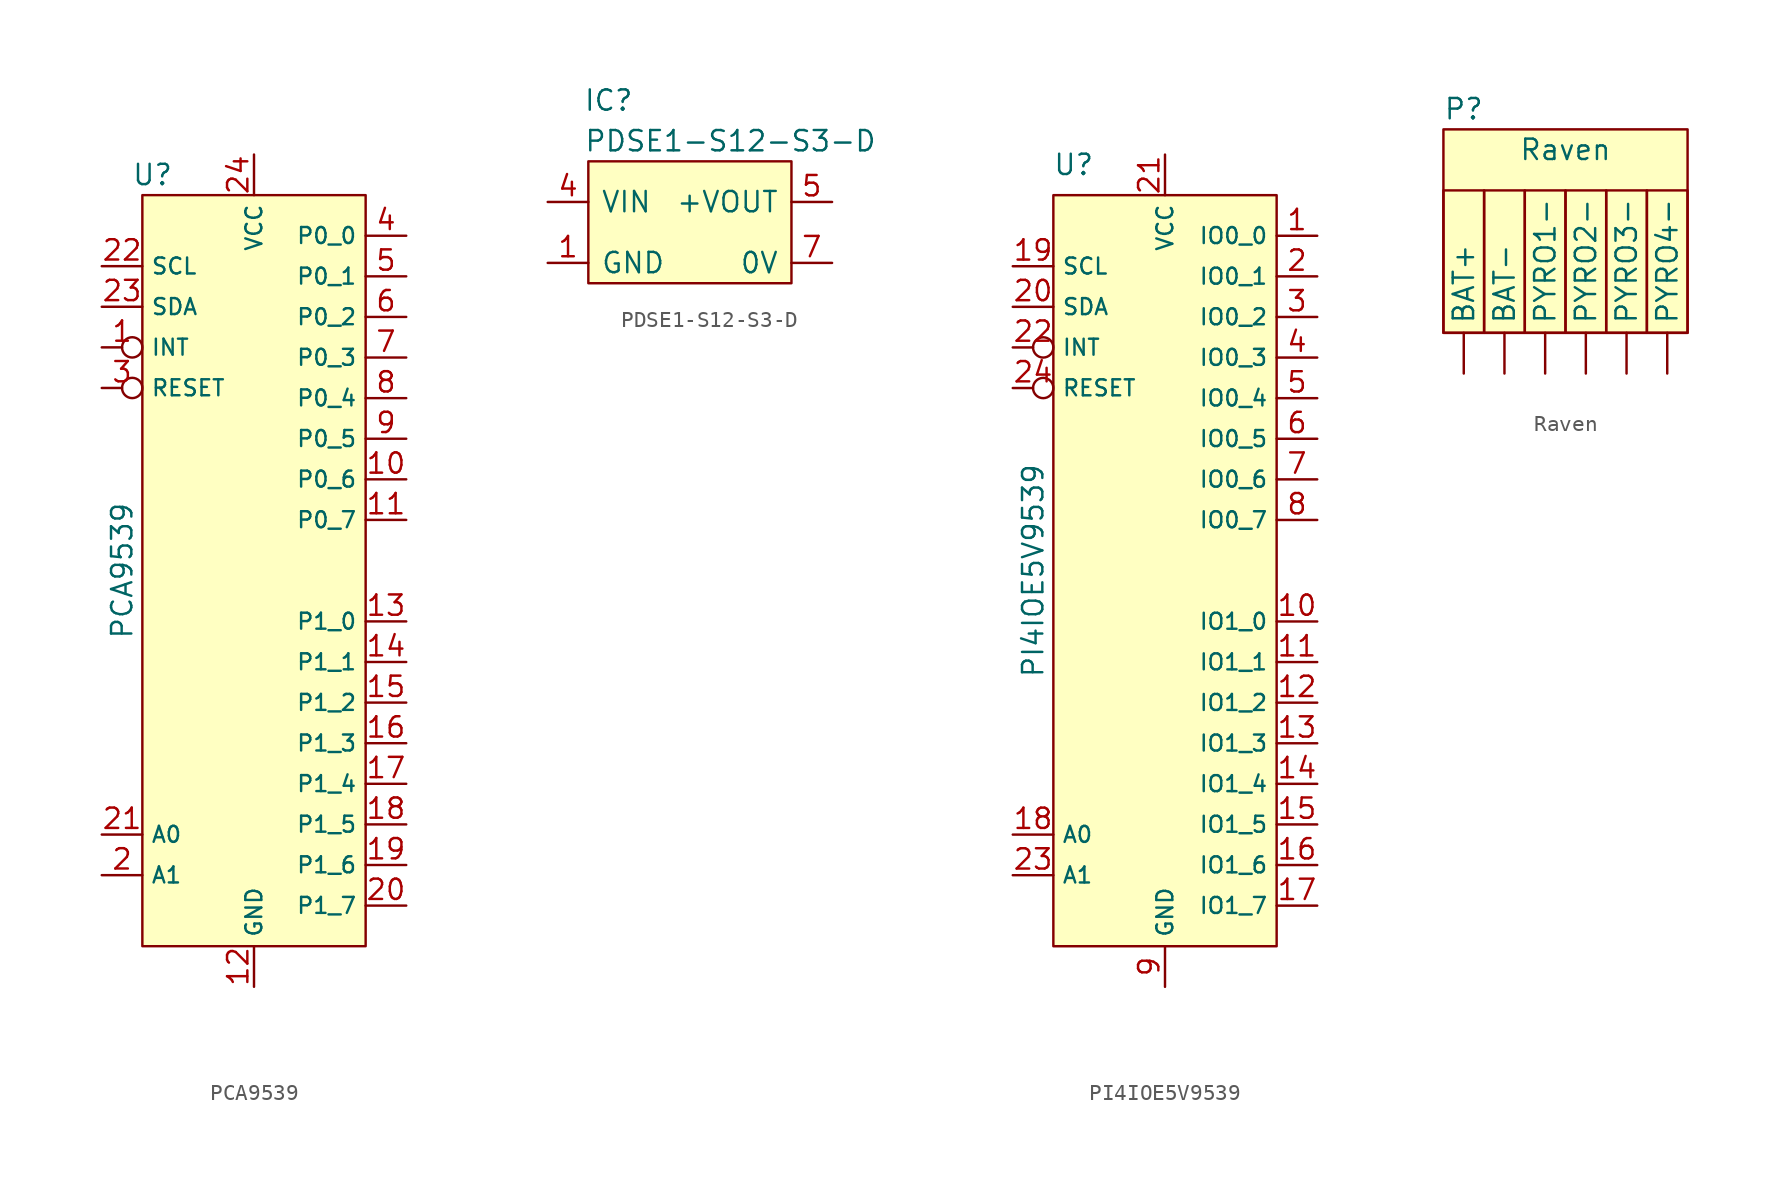
<source format=kicad_sym>
(kicad_symbol_lib
  (version 20220914)
  (generator kicad_symbol_editor)
  (symbol "PCA9539"
    (property "Reference" "U"
      (at -6.35 24.765 0)
      (effects (font (size 1.27 1.27))))
    (property "Value" "PCA9539"
      (at -8.255 0 90)
      (effects (font (size 1.27 1.27))))
    (symbol "PCA9539_0_1"
      (rectangle (start -6.985 23.495) (end 6.985 -23.495) (stroke (width 0) (type default)) (fill (type background))))
    (symbol "PCA9539_1_1"
      (pin input inverted (at -9.525 13.97 0) (length 2.54) (name "INT" (effects (font (size 1 1)))) (number "1" (effects (font (size 1.27 1.27)))))
      (pin bidirectional line (at 9.525 5.715 180) (length 2.54) (name "P0_6" (effects (font (size 1 1)))) (number "10" (effects (font (size 1.27 1.27)))))
      (pin bidirectional line (at 9.525 3.175 180) (length 2.54) (name "P0_7" (effects (font (size 1 1)))) (number "11" (effects (font (size 1.27 1.27)))))
      (pin power_in line (at 0 -26.035 90) (length 2.54) (name "GND" (effects (font (size 1 1)))) (number "12" (effects (font (size 1.27 1.27)))))
      (pin bidirectional line (at 9.525 -3.175 180) (length 2.54) (name "P1_0" (effects (font (size 1 1)))) (number "13" (effects (font (size 1.27 1.27)))))
      (pin bidirectional line (at 9.525 -5.715 180) (length 2.54) (name "P1_1" (effects (font (size 1 1)))) (number "14" (effects (font (size 1.27 1.27)))))
      (pin bidirectional line (at 9.525 -8.255 180) (length 2.54) (name "P1_2" (effects (font (size 1 1)))) (number "15" (effects (font (size 1.27 1.27)))))
      (pin bidirectional line (at 9.525 -10.795 180) (length 2.54) (name "P1_3" (effects (font (size 1 1)))) (number "16" (effects (font (size 1.27 1.27)))))
      (pin bidirectional line (at 9.525 -13.335 180) (length 2.54) (name "P1_4" (effects (font (size 1 1)))) (number "17" (effects (font (size 1.27 1.27)))))
      (pin bidirectional line (at 9.525 -15.875 180) (length 2.54) (name "P1_5" (effects (font (size 1 1)))) (number "18" (effects (font (size 1.27 1.27)))))
      (pin bidirectional line (at 9.525 -18.415 180) (length 2.54) (name "P1_6" (effects (font (size 1 1)))) (number "19" (effects (font (size 1.27 1.27)))))
      (pin input line (at -9.525 -19.05 0) (length 2.54) (name "A1" (effects (font (size 1 1)))) (number "2" (effects (font (size 1.27 1.27)))))
      (pin bidirectional line (at 9.525 -20.955 180) (length 2.54) (name "P1_7" (effects (font (size 1 1)))) (number "20" (effects (font (size 1.27 1.27)))))
      (pin input line (at -9.525 -16.51 0) (length 2.54) (name "A0" (effects (font (size 1 1)))) (number "21" (effects (font (size 1.27 1.27)))))
      (pin input line (at -9.525 19.05 0) (length 2.54) (name "SCL" (effects (font (size 1 1)))) (number "22" (effects (font (size 1.27 1.27)))))
      (pin bidirectional line (at -9.525 16.51 0) (length 2.54) (name "SDA" (effects (font (size 1 1)))) (number "23" (effects (font (size 1.27 1.27)))))
      (pin power_in line (at 0 26.035 270) (length 2.54) (name "VCC" (effects (font (size 1 1)))) (number "24" (effects (font (size 1.27 1.27)))))
      (pin input inverted (at -9.525 11.43 0) (length 2.54) (name "RESET" (effects (font (size 1 1)))) (number "3" (effects (font (size 1.27 1.27)))))
      (pin bidirectional line (at 9.525 20.955 180) (length 2.54) (name "P0_0" (effects (font (size 1 1)))) (number "4" (effects (font (size 1.27 1.27)))))
      (pin bidirectional line (at 9.525 18.415 180) (length 2.54) (name "P0_1" (effects (font (size 1 1)))) (number "5" (effects (font (size 1.27 1.27)))))
      (pin bidirectional line (at 9.525 15.875 180) (length 2.54) (name "P0_2" (effects (font (size 1 1)))) (number "6" (effects (font (size 1.27 1.27)))))
      (pin bidirectional line (at 9.525 13.335 180) (length 2.54) (name "P0_3" (effects (font (size 1 1)))) (number "7" (effects (font (size 1.27 1.27)))))
      (pin bidirectional line (at 9.525 10.795 180) (length 2.54) (name "P0_4" (effects (font (size 1 1)))) (number "8" (effects (font (size 1.27 1.27)))))
      (pin bidirectional line (at 9.525 8.255 180) (length 2.54) (name "P0_5" (effects (font (size 1 1)))) (number "9" (effects (font (size 1.27 1.27)))))))
  (symbol "PDSE1-S12-S3-D"
    (pin_names
      (offset 0.762))
    (property "Reference" "IC"
      (at -5.08 7.62 0)
      (effects (font (size 1.27 1.27))))
    (property "Value" "PDSE1-S12-S3-D"
      (at 2.54 5.08 0)
      (effects (font (size 1.27 1.27))))
    (symbol "PDSE1-S12-S3-D_0_0"
      (pin passive line (at -8.89 -2.54 0) (length 2.54) (name "GND" (effects (font (size 1.27 1.27)))) (number "1" (effects (font (size 1.27 1.27)))))
      (pin passive line (at -8.89 1.27 0) (length 2.54) (name "VIN" (effects (font (size 1.27 1.27)))) (number "4" (effects (font (size 1.27 1.27)))))
      (pin passive line (at 8.89 1.27 180) (length 2.54) (name "+VOUT" (effects (font (size 1.27 1.27)))) (number "5" (effects (font (size 1.27 1.27)))))
      (pin passive line (at 8.89 -2.54 180) (length 2.54) (name "0V" (effects (font (size 1.27 1.27)))) (number "7" (effects (font (size 1.27 1.27))))))
    (symbol "PDSE1-S12-S3-D_0_1"
      (polyline (pts (xy -6.35 3.81) (xy 6.35 3.81) (xy 6.35 -3.81) (xy -6.35 -3.81) (xy -6.35 3.81)) (stroke (width 0.152) (type default)) (fill (type background)))))
  (symbol "PI4IOE5V9539"
    (property "Reference" "U"
      (at -5.715 25.4 0)
      (effects (font (size 1.27 1.27))))
    (property "Value" "PI4IOE5V9539"
      (at -8.255 0 90)
      (effects (font (size 1.27 1.27))))
    (symbol "PI4IOE5V9539_0_1"
      (rectangle (start -6.985 23.495) (end 6.985 -23.495) (stroke (width 0) (type default)) (fill (type background))))
    (symbol "PI4IOE5V9539_1_1"
      (pin bidirectional line (at 9.525 20.955 180) (length 2.54) (name "IO0_0" (effects (font (size 1 1)))) (number "1" (effects (font (size 1.27 1.27)))))
      (pin bidirectional line (at 9.525 -3.175 180) (length 2.54) (name "IO1_0" (effects (font (size 1 1)))) (number "10" (effects (font (size 1.27 1.27)))))
      (pin bidirectional line (at 9.525 -5.715 180) (length 2.54) (name "IO1_1" (effects (font (size 1 1)))) (number "11" (effects (font (size 1.27 1.27)))))
      (pin bidirectional line (at 9.525 -8.255 180) (length 2.54) (name "IO1_2" (effects (font (size 1 1)))) (number "12" (effects (font (size 1.27 1.27)))))
      (pin bidirectional line (at 9.525 -10.795 180) (length 2.54) (name "IO1_3" (effects (font (size 1 1)))) (number "13" (effects (font (size 1.27 1.27)))))
      (pin bidirectional line (at 9.525 -13.335 180) (length 2.54) (name "IO1_4" (effects (font (size 1 1)))) (number "14" (effects (font (size 1.27 1.27)))))
      (pin bidirectional line (at 9.525 -15.875 180) (length 2.54) (name "IO1_5" (effects (font (size 1 1)))) (number "15" (effects (font (size 1.27 1.27)))))
      (pin bidirectional line (at 9.525 -18.415 180) (length 2.54) (name "IO1_6" (effects (font (size 1 1)))) (number "16" (effects (font (size 1.27 1.27)))))
      (pin bidirectional line (at 9.525 -20.955 180) (length 2.54) (name "IO1_7" (effects (font (size 1 1)))) (number "17" (effects (font (size 1.27 1.27)))))
      (pin input line (at -9.525 -16.51 0) (length 2.54) (name "A0" (effects (font (size 1 1)))) (number "18" (effects (font (size 1.27 1.27)))))
      (pin input line (at -9.525 19.05 0) (length 2.54) (name "SCL" (effects (font (size 1 1)))) (number "19" (effects (font (size 1.27 1.27)))))
      (pin bidirectional line (at 9.525 18.415 180) (length 2.54) (name "IO0_1" (effects (font (size 1 1)))) (number "2" (effects (font (size 1.27 1.27)))))
      (pin bidirectional line (at -9.525 16.51 0) (length 2.54) (name "SDA" (effects (font (size 1 1)))) (number "20" (effects (font (size 1.27 1.27)))))
      (pin power_in line (at 0 26.035 270) (length 2.54) (name "VCC" (effects (font (size 1 1)))) (number "21" (effects (font (size 1.27 1.27)))))
      (pin input inverted (at -9.525 13.97 0) (length 2.54) (name "INT" (effects (font (size 1 1)))) (number "22" (effects (font (size 1.27 1.27)))))
      (pin input line (at -9.525 -19.05 0) (length 2.54) (name "A1" (effects (font (size 1 1)))) (number "23" (effects (font (size 1.27 1.27)))))
      (pin input inverted (at -9.525 11.43 0) (length 2.54) (name "RESET" (effects (font (size 1 1)))) (number "24" (effects (font (size 1.27 1.27)))))
      (pin bidirectional line (at 9.525 15.875 180) (length 2.54) (name "IO0_2" (effects (font (size 1 1)))) (number "3" (effects (font (size 1.27 1.27)))))
      (pin bidirectional line (at 9.525 13.335 180) (length 2.54) (name "IO0_3" (effects (font (size 1 1)))) (number "4" (effects (font (size 1.27 1.27)))))
      (pin bidirectional line (at 9.525 10.795 180) (length 2.54) (name "IO0_4" (effects (font (size 1 1)))) (number "5" (effects (font (size 1.27 1.27)))))
      (pin bidirectional line (at 9.525 8.255 180) (length 2.54) (name "IO0_5" (effects (font (size 1 1)))) (number "6" (effects (font (size 1.27 1.27)))))
      (pin bidirectional line (at 9.525 5.715 180) (length 2.54) (name "IO0_6" (effects (font (size 1 1)))) (number "7" (effects (font (size 1.27 1.27)))))
      (pin bidirectional line (at 9.525 3.175 180) (length 2.54) (name "IO0_7" (effects (font (size 1 1)))) (number "8" (effects (font (size 1.27 1.27)))))
      (pin power_in line (at 0 -26.035 90) (length 2.54) (name "GND" (effects (font (size 1 1)))) (number "9" (effects (font (size 1.27 1.27)))))))
  (symbol "Raven"
    (property "Reference" "P"
      (at -6.35 10.16 0)
      (effects (font (size 1.27 1.27))))
    (property "Value" "Raven"
      (at 0 7.62 0)
      (effects (font (size 1.27 1.27))))
    (symbol "Raven_0_1"
      (rectangle (start -7.62 8.89) (end 7.62 -3.81) (stroke (width 0) (type default)) (fill (type background)))
      (rectangle (start -5.08 -3.81) (end -7.62 5.08) (stroke (width 0) (type default)) (fill (type none)))
      (rectangle (start -2.54 -3.81) (end -5.08 5.08) (stroke (width 0) (type default)) (fill (type none)))
      (rectangle (start 0 -3.81) (end -2.54 5.08) (stroke (width 0) (type default)) (fill (type none)))
      (rectangle (start 2.54 -3.81) (end 0 5.08) (stroke (width 0) (type default)) (fill (type none)))
      (rectangle (start 5.08 -3.81) (end 2.54 5.08) (stroke (width 0) (type default)) (fill (type none)))
      (rectangle (start 7.62 -3.81) (end 5.08 5.08) (stroke (width 0) (type default)) (fill (type none))))
    (symbol "Raven_1_1"
      (pin power_in line (at -6.35 -6.35 90) (length 2.54) (name "BAT+" (effects (font (size 1.27 1.27)))) (number "" (effects (font (size 1.27 1.27)))))
      (pin power_in line (at -3.81 -6.35 90) (length 2.54) (name "BAT-" (effects (font (size 1.27 1.27)))) (number "" (effects (font (size 1.27 1.27)))))
      (pin power_in line (at -1.27 -6.35 90) (length 2.54) (name "PYRO1-" (effects (font (size 1.27 1.27)))) (number "" (effects (font (size 1.27 1.27)))))
      (pin power_in line (at 1.27 -6.35 90) (length 2.54) (name "PYRO2-" (effects (font (size 1.27 1.27)))) (number "" (effects (font (size 1.27 1.27)))))
      (pin power_in line (at 3.81 -6.35 90) (length 2.54) (name "PYRO3-" (effects (font (size 1.27 1.27)))) (number "" (effects (font (size 1.27 1.27)))))
      (pin power_in line (at 6.35 -6.35 90) (length 2.54) (name "PYRO4-" (effects (font (size 1.27 1.27)))) (number "" (effects (font (size 1.27 1.27))))))))
</source>
